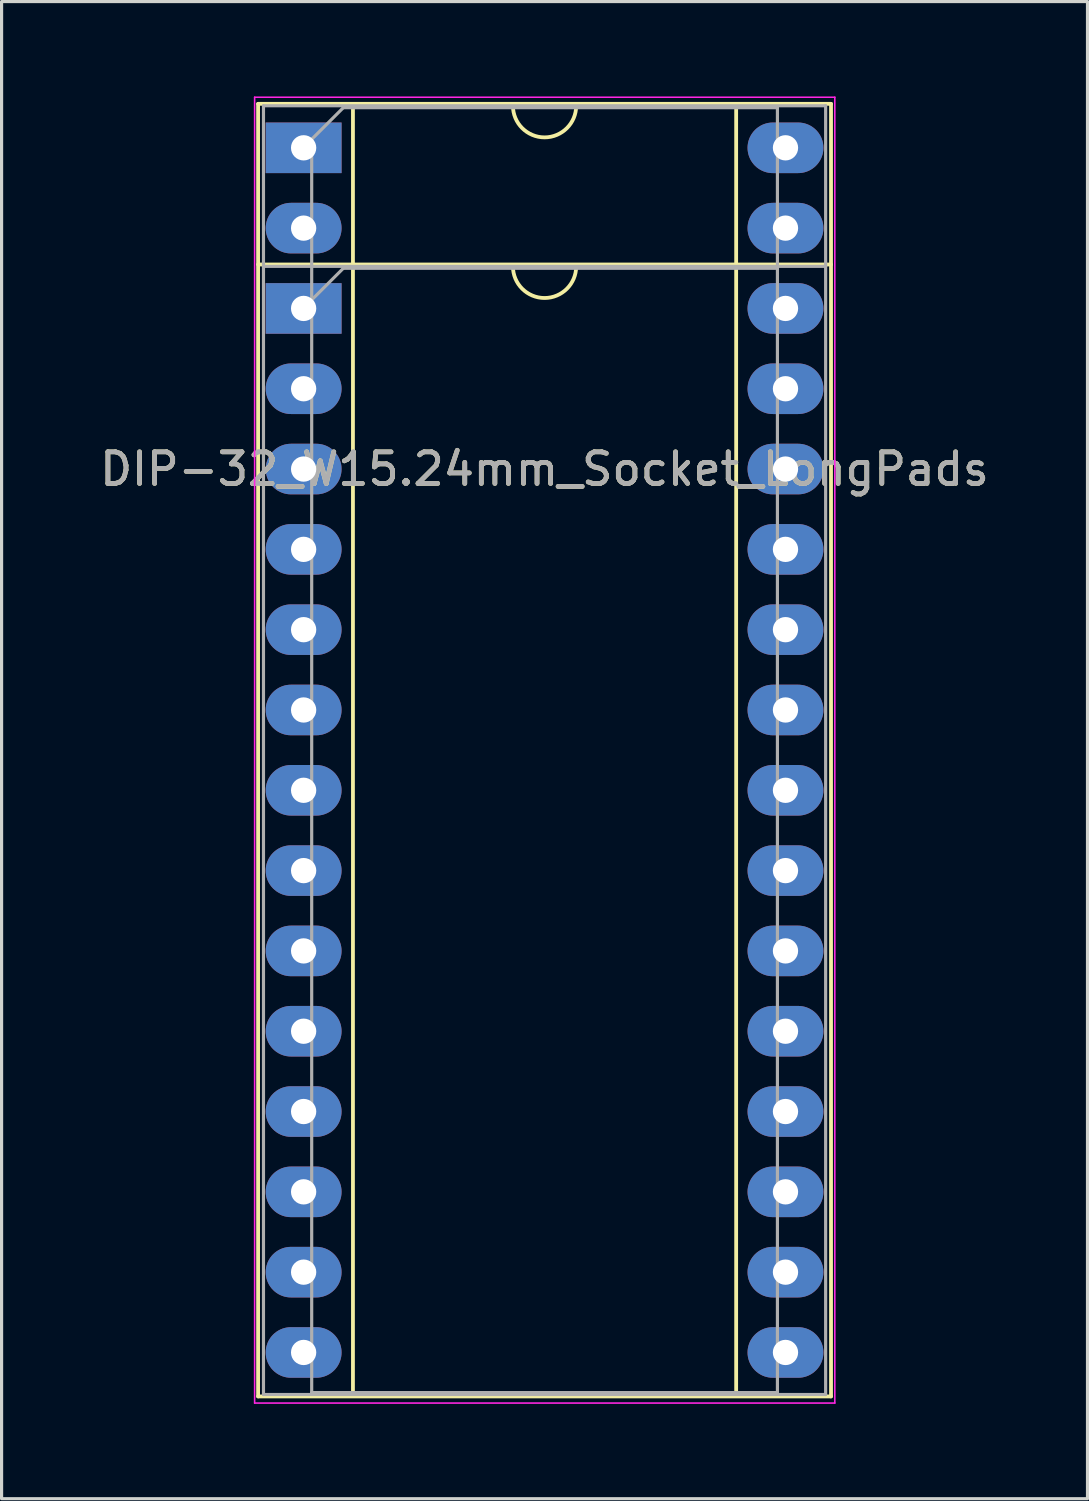
<source format=kicad_pcb>
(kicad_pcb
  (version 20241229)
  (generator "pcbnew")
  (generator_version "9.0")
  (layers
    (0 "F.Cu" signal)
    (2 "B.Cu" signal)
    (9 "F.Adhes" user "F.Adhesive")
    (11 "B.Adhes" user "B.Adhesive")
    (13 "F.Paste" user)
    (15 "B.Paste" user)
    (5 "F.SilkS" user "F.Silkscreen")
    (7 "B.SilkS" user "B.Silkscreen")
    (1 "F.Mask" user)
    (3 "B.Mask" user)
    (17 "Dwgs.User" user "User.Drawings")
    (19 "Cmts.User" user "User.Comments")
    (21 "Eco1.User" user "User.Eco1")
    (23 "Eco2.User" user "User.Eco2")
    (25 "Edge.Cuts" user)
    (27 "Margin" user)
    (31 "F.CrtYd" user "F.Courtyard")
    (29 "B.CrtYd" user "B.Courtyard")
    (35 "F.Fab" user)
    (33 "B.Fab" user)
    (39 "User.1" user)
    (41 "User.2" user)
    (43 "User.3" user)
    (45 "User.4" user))
  (footprint "DIP-32_W15.24mm_Socket_LongPads"
    (layer "F.Cu")
    (at 6.553 1.625)
    (property "Reference" "DIP-32_W15.24mm_Socket_LongPads" (at 7.62 10.16 0) (layer "F.SilkS") (effects (font (size 1 1) (thickness 0.15))))
    (attr through_hole)
    (fp_line (start -1.44 -1.39) (end -1.44 39.49) (stroke (width 0.12) (type solid)) (layer "F.SilkS"))
    (fp_line (start -1.44 39.49) (end 16.68 39.49) (stroke (width 0.12) (type solid)) (layer "F.SilkS"))
    (fp_line (start 1.56 -1.33) (end 1.56 39.43) (stroke (width 0.12) (type solid)) (layer "F.SilkS"))
    (fp_line (start 1.56 39.43) (end 13.68 39.43) (stroke (width 0.12) (type solid)) (layer "F.SilkS"))
    (fp_line (start 6.62 -1.33) (end 1.56 -1.33) (stroke (width 0.12) (type solid)) (layer "F.SilkS"))
    (fp_line (start 6.62 3.75) (end 1.56 3.75) (stroke (width 0.12) (type solid)) (layer "F.SilkS"))
    (fp_line (start 13.68 -1.33) (end 8.62 -1.33) (stroke (width 0.12) (type solid)) (layer "F.SilkS"))
    (fp_line (start 13.68 3.75) (end 8.62 3.75) (stroke (width 0.12) (type solid)) (layer "F.SilkS"))
    (fp_line (start 13.68 39.43) (end 13.68 -1.33) (stroke (width 0.12) (type solid)) (layer "F.SilkS"))
    (fp_line (start 16.68 -1.39) (end -1.44 -1.39) (stroke (width 0.12) (type solid)) (layer "F.SilkS"))
    (fp_line (start 16.68 3.69) (end -1.44 3.69) (stroke (width 0.12) (type solid)) (layer "F.SilkS"))
    (fp_line (start 16.68 39.49) (end 16.68 -1.39) (stroke (width 0.12) (type solid)) (layer "F.SilkS"))
    (fp_arc (start 8.62 -1.33) (mid 7.62 -0.33) (end 6.62 -1.33) (stroke (width 0.12) (type solid)) (layer "F.SilkS"))
    (fp_arc (start 8.62 3.75) (mid 7.62 4.75) (end 6.62 3.75) (stroke (width 0.12) (type solid)) (layer "F.SilkS"))
    (fp_line (start -1.55 -1.6) (end -1.55 39.7) (stroke (width 0.05) (type solid)) (layer "F.CrtYd"))
    (fp_line (start -1.55 39.7) (end 16.8 39.7) (stroke (width 0.05) (type solid)) (layer "F.CrtYd"))
    (fp_line (start 16.8 -1.6) (end -1.55 -1.6) (stroke (width 0.05) (type solid)) (layer "F.CrtYd"))
    (fp_line (start 16.8 39.7) (end 16.8 -1.6) (stroke (width 0.05) (type solid)) (layer "F.CrtYd"))
    (fp_line (start -1.27 -1.33) (end -1.27 39.43) (stroke (width 0.1) (type solid)) (layer "F.Fab"))
    (fp_line (start -1.27 39.43) (end 16.51 39.43) (stroke (width 0.1) (type solid)) (layer "F.Fab"))
    (fp_line (start 0.255 -0.27) (end 1.255 -1.27) (stroke (width 0.1) (type solid)) (layer "F.Fab"))
    (fp_line (start 0.255 4.81) (end 1.255 3.81) (stroke (width 0.1) (type solid)) (layer "F.Fab"))
    (fp_line (start 0.255 39.37) (end 0.255 -0.27) (stroke (width 0.1) (type solid)) (layer "F.Fab"))
    (fp_line (start 1.255 -1.27) (end 14.985 -1.27) (stroke (width 0.1) (type solid)) (layer "F.Fab"))
    (fp_line (start 1.255 3.81) (end 14.985 3.81) (stroke (width 0.1) (type solid)) (layer "F.Fab"))
    (fp_line (start 14.985 -1.27) (end 14.985 39.37) (stroke (width 0.1) (type solid)) (layer "F.Fab"))
    (fp_line (start 14.985 39.37) (end 0.255 39.37) (stroke (width 0.1) (type solid)) (layer "F.Fab"))
    (fp_line (start 16.51 -1.33) (end -1.27 -1.33) (stroke (width 0.1) (type solid)) (layer "F.Fab"))
    (fp_line (start 16.51 3.75) (end -1.27 3.75) (stroke (width 0.1) (type solid)) (layer "F.Fab"))
    (fp_line (start 16.51 39.43) (end 16.51 -1.33) (stroke (width 0.1) (type solid)) (layer "F.Fab"))
    (fp_text user "${REFERENCE}" (at 7.62 10.16 0) (layer "F.Fab") (effects (font (size 1 1) (thickness 0.15))))
    (pad "1" thru_hole rect (at 0 0) (size 2.4 1.6) (drill 0.8) (layers "*.Cu" "*.Mask"))
    (pad "2" thru_hole oval (at 0 2.54) (size 2.4 1.6) (drill 0.8) (layers "*.Cu" "*.Mask"))
    (pad "3" thru_hole rect (at 0 5.08) (size 2.4 1.6) (drill 0.8) (layers "*.Cu" "*.Mask"))
    (pad "4" thru_hole oval (at 0 7.62) (size 2.4 1.6) (drill 0.8) (layers "*.Cu" "*.Mask"))
    (pad "5" thru_hole oval (at 0 10.16) (size 2.4 1.6) (drill 0.8) (layers "*.Cu" "*.Mask"))
    (pad "6" thru_hole oval (at 0 12.7) (size 2.4 1.6) (drill 0.8) (layers "*.Cu" "*.Mask"))
    (pad "7" thru_hole oval (at 0 15.24) (size 2.4 1.6) (drill 0.8) (layers "*.Cu" "*.Mask"))
    (pad "8" thru_hole oval (at 0 17.78) (size 2.4 1.6) (drill 0.8) (layers "*.Cu" "*.Mask"))
    (pad "9" thru_hole oval (at 0 20.32) (size 2.4 1.6) (drill 0.8) (layers "*.Cu" "*.Mask"))
    (pad "10" thru_hole oval (at 0 22.86) (size 2.4 1.6) (drill 0.8) (layers "*.Cu" "*.Mask"))
    (pad "11" thru_hole oval (at 0 25.4) (size 2.4 1.6) (drill 0.8) (layers "*.Cu" "*.Mask"))
    (pad "12" thru_hole oval (at 0 27.94) (size 2.4 1.6) (drill 0.8) (layers "*.Cu" "*.Mask"))
    (pad "13" thru_hole oval (at 0 30.48) (size 2.4 1.6) (drill 0.8) (layers "*.Cu" "*.Mask"))
    (pad "14" thru_hole oval (at 0 33.02) (size 2.4 1.6) (drill 0.8) (layers "*.Cu" "*.Mask"))
    (pad "15" thru_hole oval (at 0 35.56) (size 2.4 1.6) (drill 0.8) (layers "*.Cu" "*.Mask"))
    (pad "16" thru_hole oval (at 0 38.1) (size 2.4 1.6) (drill 0.8) (layers "*.Cu" "*.Mask"))
    (pad "17" thru_hole oval (at 15.24 38.1) (size 2.4 1.6) (drill 0.8) (layers "*.Cu" "*.Mask"))
    (pad "18" thru_hole oval (at 15.24 35.56) (size 2.4 1.6) (drill 0.8) (layers "*.Cu" "*.Mask"))
    (pad "19" thru_hole oval (at 15.24 33.02) (size 2.4 1.6) (drill 0.8) (layers "*.Cu" "*.Mask"))
    (pad "20" thru_hole oval (at 15.24 30.48) (size 2.4 1.6) (drill 0.8) (layers "*.Cu" "*.Mask"))
    (pad "21" thru_hole oval (at 15.24 27.94) (size 2.4 1.6) (drill 0.8) (layers "*.Cu" "*.Mask"))
    (pad "22" thru_hole oval (at 15.24 25.4) (size 2.4 1.6) (drill 0.8) (layers "*.Cu" "*.Mask"))
    (pad "23" thru_hole oval (at 15.24 22.86) (size 2.4 1.6) (drill 0.8) (layers "*.Cu" "*.Mask"))
    (pad "24" thru_hole oval (at 15.24 20.32) (size 2.4 1.6) (drill 0.8) (layers "*.Cu" "*.Mask"))
    (pad "25" thru_hole oval (at 15.24 17.78) (size 2.4 1.6) (drill 0.8) (layers "*.Cu" "*.Mask"))
    (pad "26" thru_hole oval (at 15.24 15.24) (size 2.4 1.6) (drill 0.8) (layers "*.Cu" "*.Mask"))
    (pad "27" thru_hole oval (at 15.24 12.7) (size 2.4 1.6) (drill 0.8) (layers "*.Cu" "*.Mask"))
    (pad "28" thru_hole oval (at 15.24 10.16) (size 2.4 1.6) (drill 0.8) (layers "*.Cu" "*.Mask"))
    (pad "29" thru_hole oval (at 15.24 7.62) (size 2.4 1.6) (drill 0.8) (layers "*.Cu" "*.Mask"))
    (pad "30" thru_hole oval (at 15.24 5.08) (size 2.4 1.6) (drill 0.8) (layers "*.Cu" "*.Mask"))
    (pad "31" thru_hole oval (at 15.24 2.54) (size 2.4 1.6) (drill 0.8) (layers "*.Cu" "*.Mask"))
    (pad "32" thru_hole oval (at 15.24 0) (size 2.4 1.6) (drill 0.8) (layers "*.Cu" "*.Mask")))
  (gr_rect
    (start -3 -3)
    (end 31.345 44.35)
    (stroke (width 0.1) (type default))
    (fill no)
    (layer "Edge.Cuts")))
</source>
